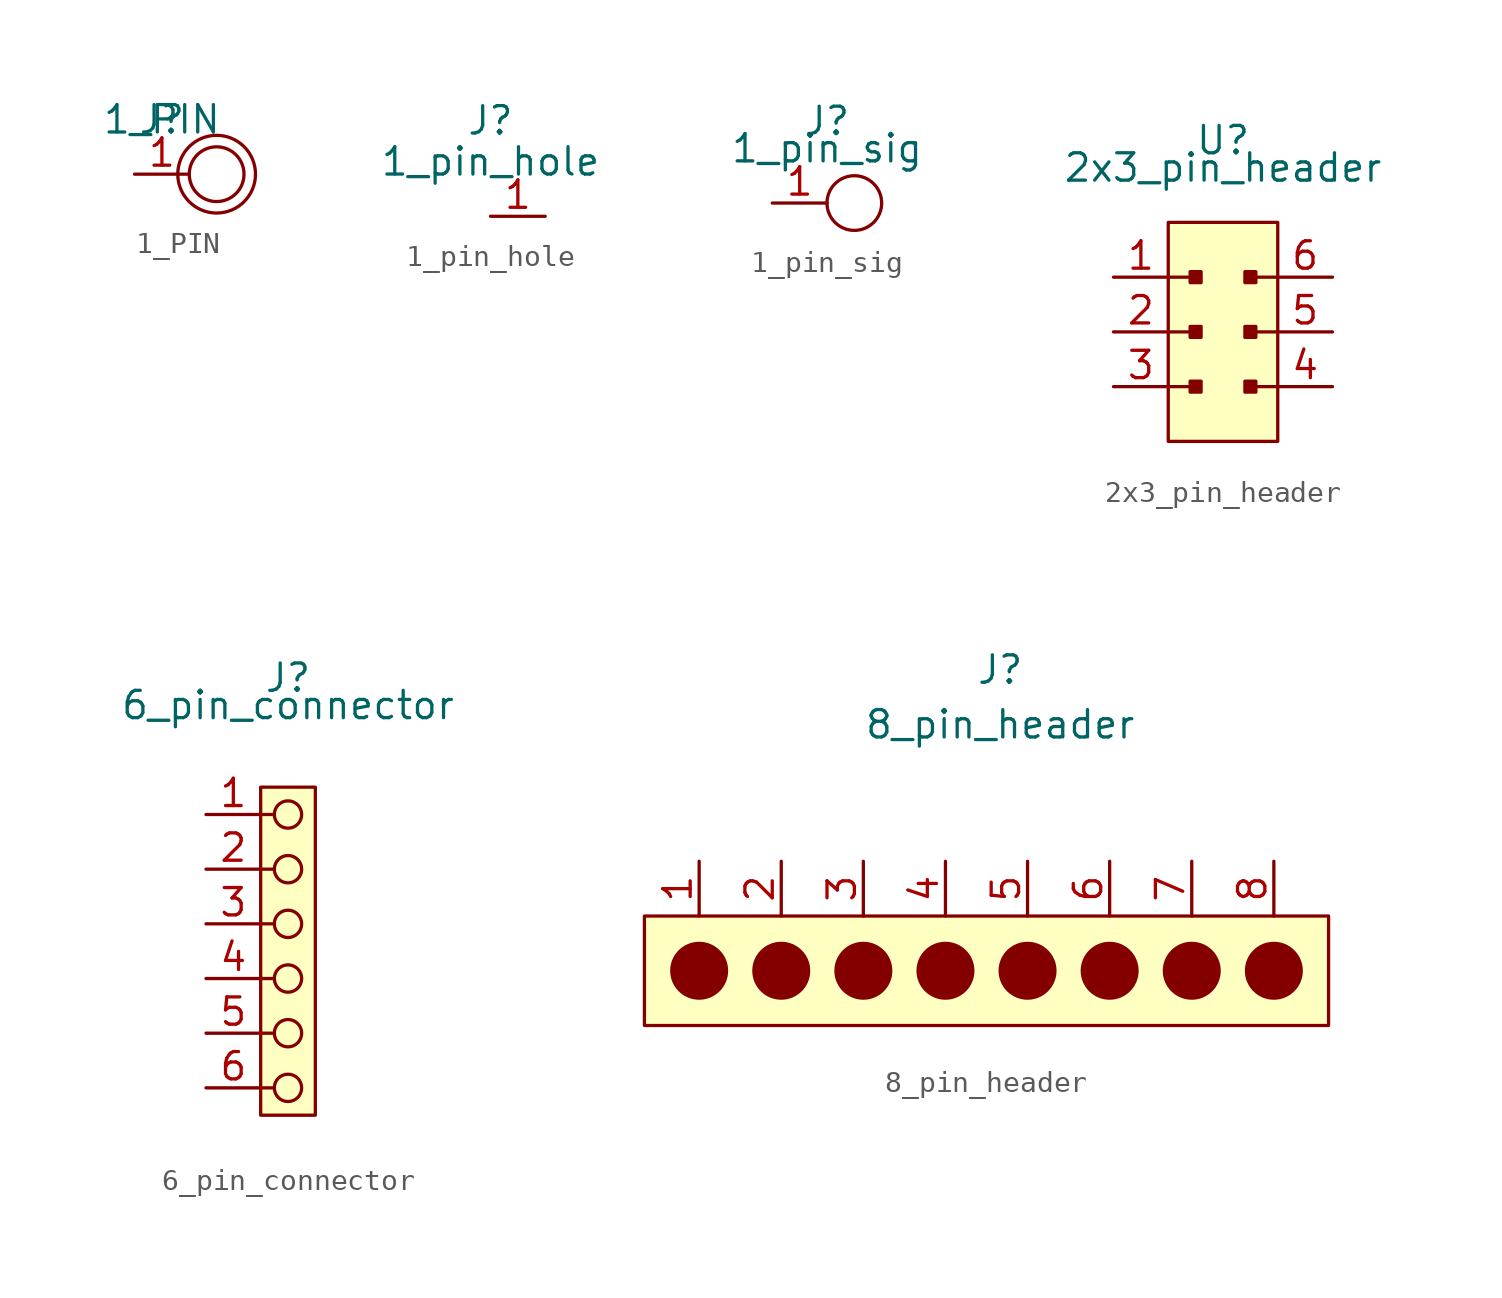
<source format=kicad_sym>
(kicad_symbol_lib
  (version 20211014)
  (generator kicad_symbol_editor)
  (symbol "1_PIN"
    (pin_names
      (offset 1.016))
    (property "Reference" "J"
      (at 0 0 0)
      (effects (font (size 1.27 1.27))))
    (property "Value" "1_PIN"
      (at 0 0 0)
      (effects (font (size 1.27 1.27))))
    (symbol "1_PIN_0_1"
      (circle (center 2.54 -2.54) (radius 1.27) (stroke (width 0) (type default) (color 0 0 0 0)) (fill (type none)))
      (circle (center 2.54 -2.54) (radius 1.803) (stroke (width 0) (type default) (color 0 0 0 0)) (fill (type none))))
    (symbol "1_PIN_1_1"
      (pin bidirectional line (at -1.27 -2.54 0) (length 2.54) (name "~" (effects (font (size 1.27 1.27)))) (number "1" (effects (font (size 1.27 1.27)))))))
  (symbol "1_pin_hole"
    (pin_names
      (offset 1.016))
    (property "Reference" "J"
      (at 0 1.905 0)
      (effects (font (size 1.27 1.27))))
    (property "Value" "1_pin_hole"
      (at 0 0 0)
      (effects (font (size 1.27 1.27))))
    (symbol "1_pin_hole_1_1"
      (pin bidirectional line (at 0 -2.54 0) (length 2.54) (name "~" (effects (font (size 1.27 1.27)))) (number "1" (effects (font (size 1.27 1.27)))))))
  (symbol "1_pin_sig"
    (pin_names
      (offset 1.016))
    (property "Reference" "J"
      (at 0 1.27 0)
      (effects (font (size 1.27 1.27))))
    (property "Value" "1_pin_sig"
      (at 0 0 0)
      (effects (font (size 1.27 1.27))))
    (symbol "1_pin_sig_0_1"
      (circle (center 1.27 -2.54) (radius 1.27) (stroke (width 0) (type default) (color 0 0 0 0)) (fill (type none))))
    (symbol "1_pin_sig_1_1"
      (pin input line (at -2.54 -2.54 0) (length 2.54) (name "~" (effects (font (size 1.27 1.27)))) (number "1" (effects (font (size 1.27 1.27)))))))
  (symbol "2x3_pin_header"
    (pin_names
      (offset 1.016))
    (property "Reference" "U"
      (at 0 1.27 0)
      (effects (font (size 1.27 1.27))))
    (property "Value" "2x3_pin_header"
      (at 0 0 0)
      (effects (font (size 1.27 1.27))))
    (symbol "2x3_pin_header_0_1"
      (rectangle (start -2.54 -2.54) (end 2.54 -12.7) (stroke (width 0) (type default) (color 0 0 0 0)) (fill (type background)))
      (rectangle (start -1.524 -9.906) (end -1.016 -10.414) (stroke (width 0) (type default) (color 0 0 0 0)) (fill (type outline)))
      (rectangle (start -1.524 -7.366) (end -1.016 -7.874) (stroke (width 0) (type default) (color 0 0 0 0)) (fill (type outline)))
      (rectangle (start -1.524 -4.826) (end -1.016 -5.334) (stroke (width 0) (type default) (color 0 0 0 0)) (fill (type outline)))
      (polyline (pts (xy -2.54 -10.16) (xy -1.27 -10.16)) (stroke (width 0) (type default) (color 0 0 0 0)) (fill (type none)))
      (polyline (pts (xy -2.54 -7.62) (xy -1.27 -7.62)) (stroke (width 0) (type default) (color 0 0 0 0)) (fill (type none)))
      (polyline (pts (xy -2.54 -5.08) (xy -1.27 -5.08)) (stroke (width 0) (type default) (color 0 0 0 0)) (fill (type none)))
      (polyline (pts (xy 2.54 -10.16) (xy 1.27 -10.16)) (stroke (width 0) (type default) (color 0 0 0 0)) (fill (type none)))
      (polyline (pts (xy 2.54 -7.62) (xy 1.27 -7.62)) (stroke (width 0) (type default) (color 0 0 0 0)) (fill (type none)))
      (polyline (pts (xy 2.54 -5.08) (xy 1.27 -5.08)) (stroke (width 0) (type default) (color 0 0 0 0)) (fill (type none)))
      (rectangle (start 1.016 -9.906) (end 1.524 -10.414) (stroke (width 0) (type default) (color 0 0 0 0)) (fill (type outline)))
      (rectangle (start 1.016 -7.366) (end 1.524 -7.874) (stroke (width 0) (type default) (color 0 0 0 0)) (fill (type outline)))
      (rectangle (start 1.016 -4.826) (end 1.524 -5.334) (stroke (width 0) (type default) (color 0 0 0 0)) (fill (type outline))))
    (symbol "2x3_pin_header_1_1"
      (pin input line (at -5.08 -5.08 0) (length 2.54) (name "~" (effects (font (size 1.27 1.27)))) (number "1" (effects (font (size 1.27 1.27)))))
      (pin input line (at -5.08 -7.62 0) (length 2.54) (name "~" (effects (font (size 1.27 1.27)))) (number "2" (effects (font (size 1.27 1.27)))))
      (pin input line (at -5.08 -10.16 0) (length 2.54) (name "~" (effects (font (size 1.27 1.27)))) (number "3" (effects (font (size 1.27 1.27)))))
      (pin input line (at 5.08 -10.16 180) (length 2.54) (name "~" (effects (font (size 1.27 1.27)))) (number "4" (effects (font (size 1.27 1.27)))))
      (pin input line (at 5.08 -7.62 180) (length 2.54) (name "~" (effects (font (size 1.27 1.27)))) (number "5" (effects (font (size 1.27 1.27)))))
      (pin input line (at 5.08 -5.08 180) (length 2.54) (name "~" (effects (font (size 1.27 1.27)))) (number "6" (effects (font (size 1.27 1.27)))))))
  (symbol "6_pin_connector"
    (pin_names
      (offset 1.016))
    (property "Reference" "J"
      (at 0 1.27 0)
      (effects (font (size 1.27 1.27))))
    (property "Value" "6_pin_connector"
      (at 0 0 0)
      (effects (font (size 1.27 1.27))))
    (symbol "6_pin_connector_0_1"
      (rectangle (start -1.27 -3.81) (end 1.27 -19.05) (stroke (width 0) (type default) (color 0 0 0 0)) (fill (type background)))
      (circle (center 0 -17.78) (radius 0.635) (stroke (width 0) (type default) (color 0 0 0 0)) (fill (type none)))
      (circle (center 0 -15.24) (radius 0.635) (stroke (width 0) (type default) (color 0 0 0 0)) (fill (type none)))
      (circle (center 0 -12.7) (radius 0.635) (stroke (width 0) (type default) (color 0 0 0 0)) (fill (type none)))
      (circle (center 0 -10.16) (radius 0.635) (stroke (width 0) (type default) (color 0 0 0 0)) (fill (type none)))
      (circle (center 0 -7.62) (radius 0.635) (stroke (width 0) (type default) (color 0 0 0 0)) (fill (type none)))
      (circle (center 0 -5.08) (radius 0.635) (stroke (width 0) (type default) (color 0 0 0 0)) (fill (type none)))
      (polyline (pts (xy -1.27 -17.78) (xy -0.635 -17.78)) (stroke (width 0) (type default) (color 0 0 0 0)) (fill (type none)))
      (polyline (pts (xy -1.27 -15.24) (xy -0.635 -15.24)) (stroke (width 0) (type default) (color 0 0 0 0)) (fill (type none)))
      (polyline (pts (xy -1.27 -12.7) (xy -0.635 -12.7)) (stroke (width 0) (type default) (color 0 0 0 0)) (fill (type none)))
      (polyline (pts (xy -1.27 -10.16) (xy -0.635 -10.16)) (stroke (width 0) (type default) (color 0 0 0 0)) (fill (type none)))
      (polyline (pts (xy -1.27 -7.62) (xy -0.635 -7.62)) (stroke (width 0) (type default) (color 0 0 0 0)) (fill (type none)))
      (polyline (pts (xy -1.27 -5.08) (xy -0.635 -5.08)) (stroke (width 0) (type default) (color 0 0 0 0)) (fill (type none))))
    (symbol "6_pin_connector_1_1"
      (pin input line (at -3.81 -5.08 0) (length 2.54) (name "~" (effects (font (size 1.27 1.27)))) (number "1" (effects (font (size 1.27 1.27)))))
      (pin input line (at -3.81 -7.62 0) (length 2.54) (name "~" (effects (font (size 1.27 1.27)))) (number "2" (effects (font (size 1.27 1.27)))))
      (pin input line (at -3.81 -10.16 0) (length 2.54) (name "~" (effects (font (size 1.27 1.27)))) (number "3" (effects (font (size 1.27 1.27)))))
      (pin input line (at -3.81 -12.7 0) (length 2.54) (name "~" (effects (font (size 1.27 1.27)))) (number "4" (effects (font (size 1.27 1.27)))))
      (pin input line (at -3.81 -15.24 0) (length 2.54) (name "~" (effects (font (size 1.27 1.27)))) (number "5" (effects (font (size 1.27 1.27)))))
      (pin input line (at -3.81 -17.78 0) (length 2.54) (name "~" (effects (font (size 1.27 1.27)))) (number "6" (effects (font (size 1.27 1.27)))))))
  (symbol "8_pin_header"
    (pin_names
      (offset 1.016))
    (property "Reference" "J"
      (at 0 13.97 0)
      (effects (font (size 1.27 1.27))))
    (property "Value" "8_pin_header"
      (at 0 11.43 0)
      (effects (font (size 1.27 1.27))))
    (symbol "8_pin_header_0_1"
      (circle (center -13.97 0) (radius 1.27) (stroke (width 0) (type default) (color 0 0 0 0)) (fill (type outline)))
      (rectangle (start 15.24 2.54) (end -16.51 -2.54) (stroke (width 0) (type default) (color 0 0 0 0)) (fill (type background))))
    (symbol "8_pin_header_1_1"
      (circle (center -10.16 0) (radius 1.27) (stroke (width 0) (type default) (color 0 0 0 0)) (fill (type outline)))
      (circle (center -6.35 0) (radius 1.27) (stroke (width 0) (type default) (color 0 0 0 0)) (fill (type outline)))
      (circle (center -2.54 0) (radius 1.27) (stroke (width 0) (type default) (color 0 0 0 0)) (fill (type outline)))
      (circle (center 1.27 0) (radius 1.27) (stroke (width 0) (type default) (color 0 0 0 0)) (fill (type outline)))
      (circle (center 5.08 0) (radius 1.27) (stroke (width 0) (type default) (color 0 0 0 0)) (fill (type outline)))
      (circle (center 8.89 0) (radius 1.27) (stroke (width 0) (type default) (color 0 0 0 0)) (fill (type outline)))
      (circle (center 12.7 0) (radius 1.27) (stroke (width 0) (type default) (color 0 0 0 0)) (fill (type outline)))
      (pin input line (at -13.97 5.08 270) (length 2.54) (name "~" (effects (font (size 1.27 1.27)))) (number "1" (effects (font (size 1.27 1.27)))))
      (pin input line (at -10.16 5.08 270) (length 2.54) (name "~" (effects (font (size 1.27 1.27)))) (number "2" (effects (font (size 1.27 1.27)))))
      (pin input line (at -6.35 5.08 270) (length 2.54) (name "~" (effects (font (size 1.27 1.27)))) (number "3" (effects (font (size 1.27 1.27)))))
      (pin input line (at -2.54 5.08 270) (length 2.54) (name "~" (effects (font (size 1.27 1.27)))) (number "4" (effects (font (size 1.27 1.27)))))
      (pin input line (at 1.27 5.08 270) (length 2.54) (name "~" (effects (font (size 1.27 1.27)))) (number "5" (effects (font (size 1.27 1.27)))))
      (pin input line (at 5.08 5.08 270) (length 2.54) (name "~" (effects (font (size 1.27 1.27)))) (number "6" (effects (font (size 1.27 1.27)))))
      (pin input line (at 8.89 5.08 270) (length 2.54) (name "~" (effects (font (size 1.27 1.27)))) (number "7" (effects (font (size 1.27 1.27)))))
      (pin input line (at 12.7 5.08 270) (length 2.54) (name "~" (effects (font (size 1.27 1.27)))) (number "8" (effects (font (size 1.27 1.27))))))))
</source>
